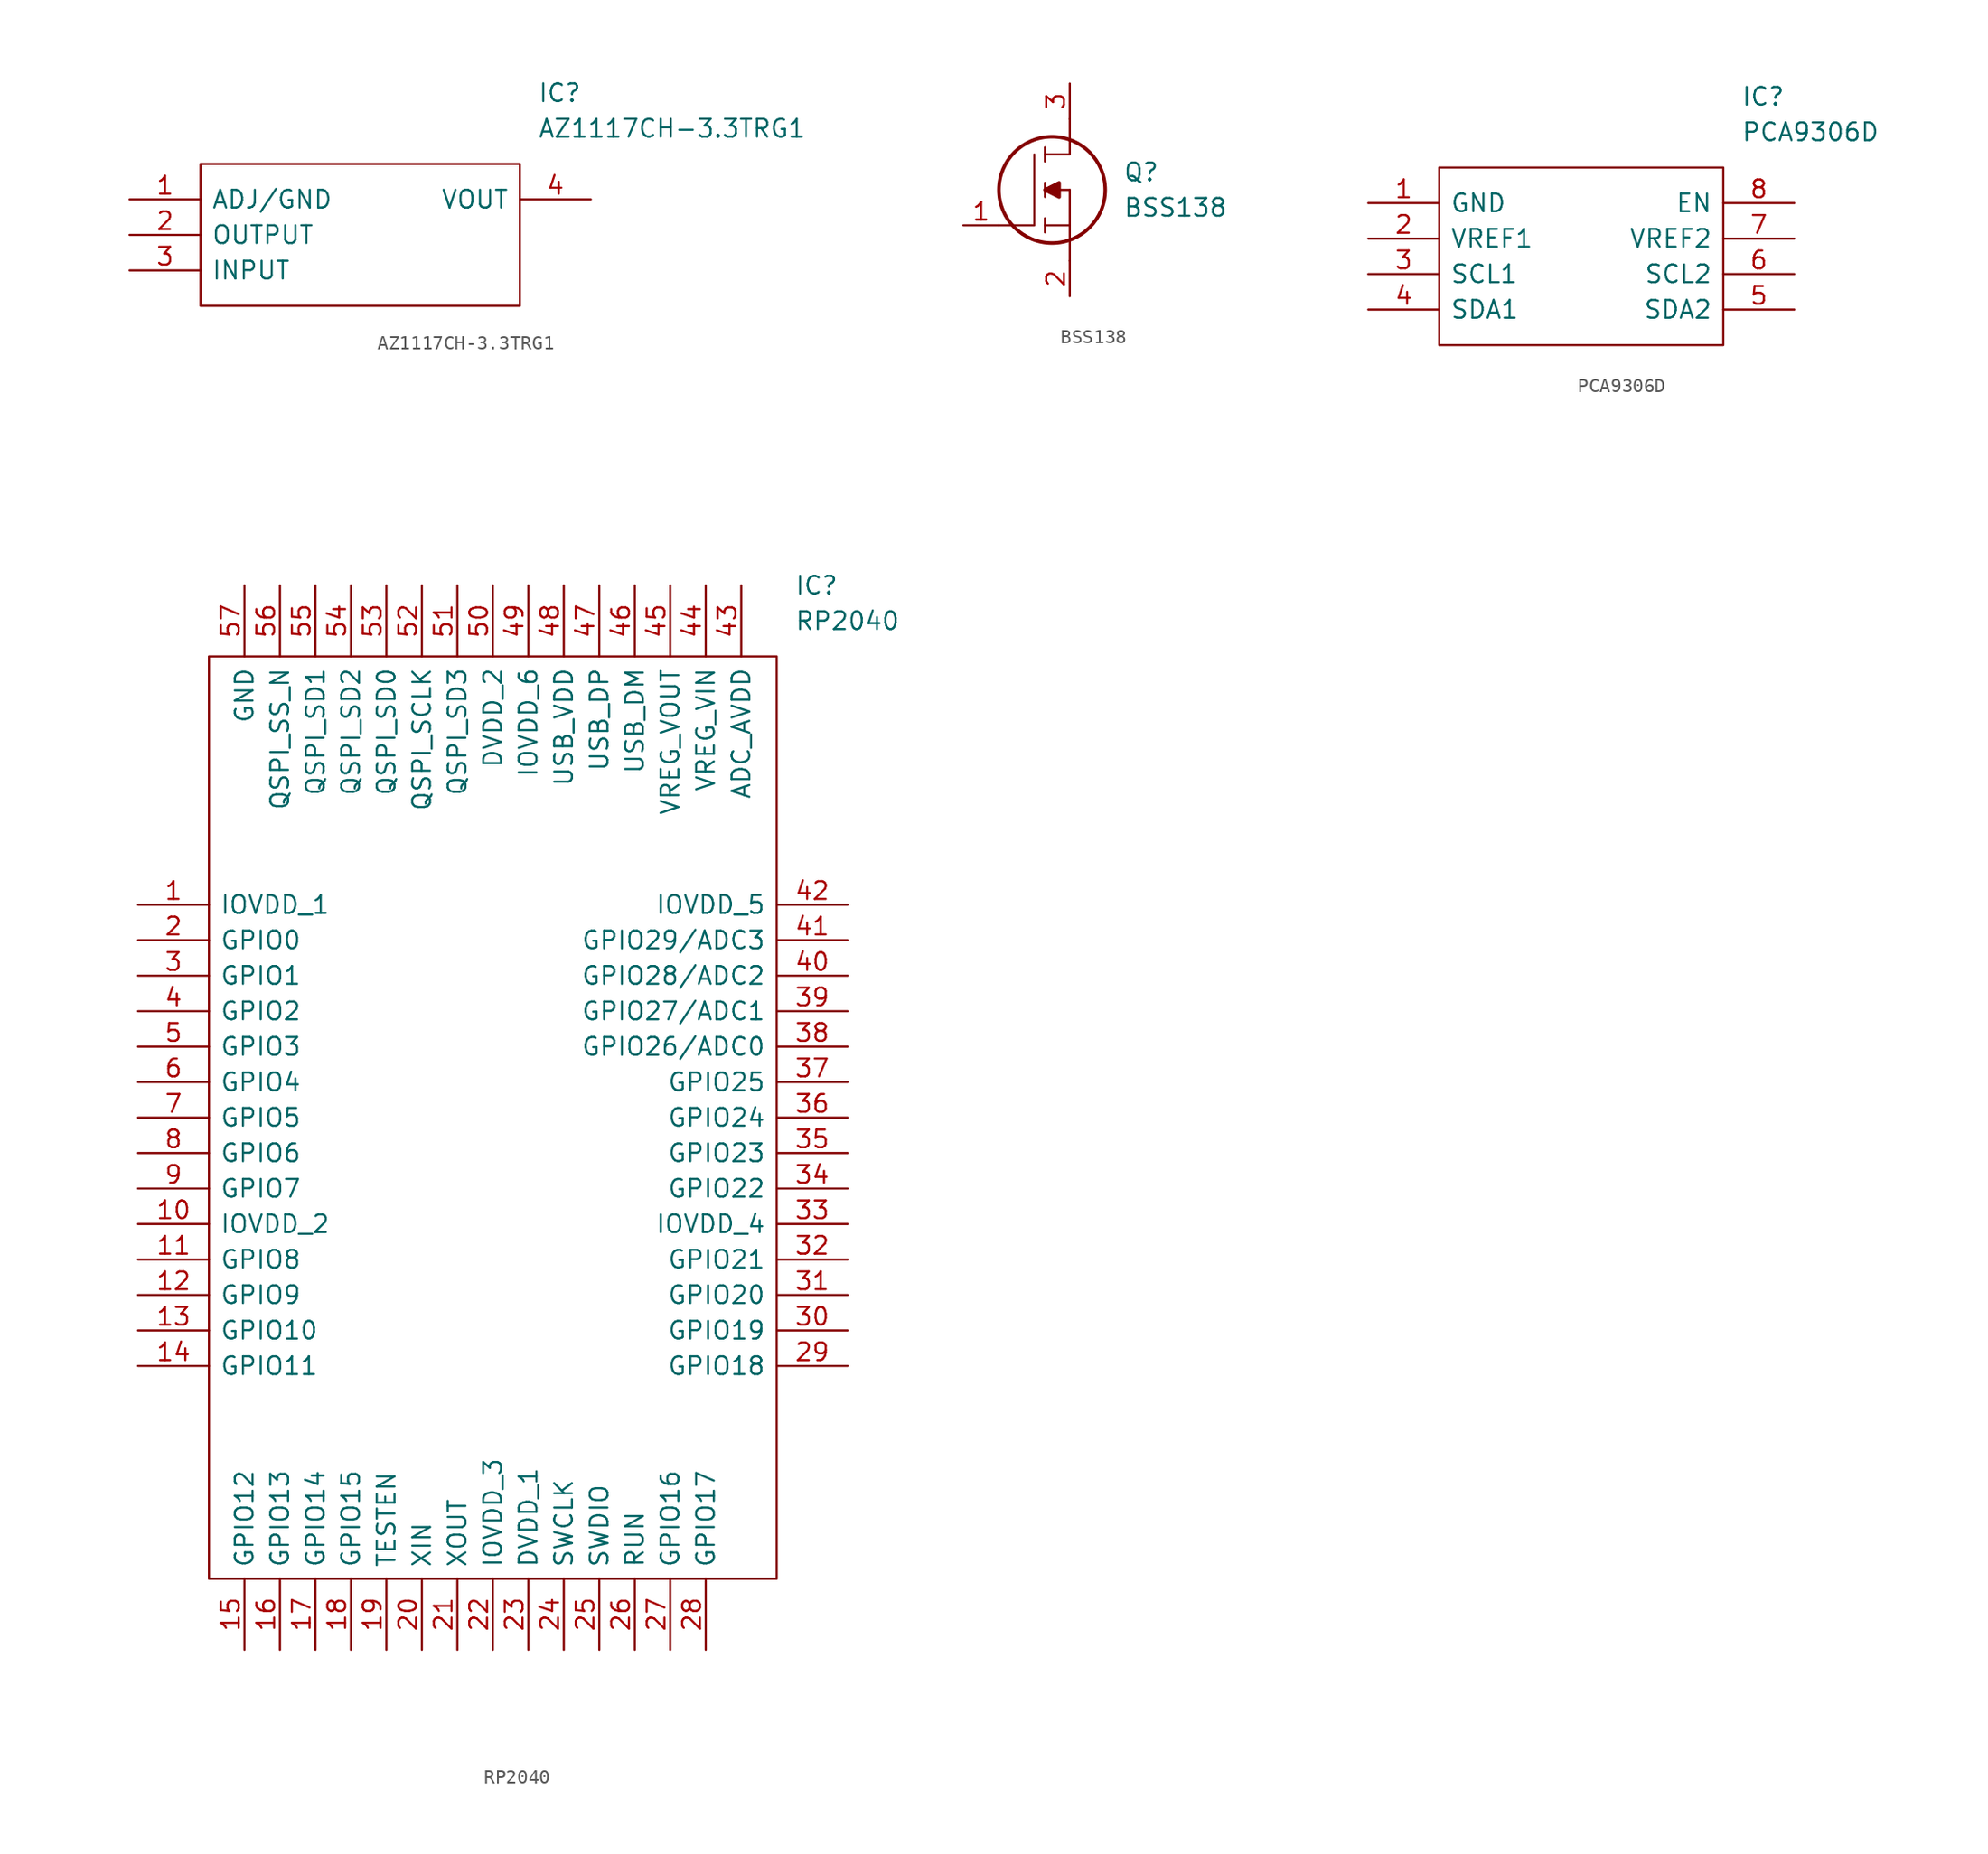
<source format=kicad_sym>
(kicad_symbol_lib
  (version 20211014)
  (generator kicad_symbol_editor)
  (symbol "AZ1117CH-3.3TRG1"
    (pin_names
      (offset 0.762))
    (property "Reference" "IC"
      (at 29.21 7.62 0)
      (effects (font (size 1.27 1.27)) (justify left)))
    (property "Value" "AZ1117CH-3.3TRG1"
      (at 29.21 5.08 0)
      (effects (font (size 1.27 1.27)) (justify left)))
    (symbol "AZ1117CH-3.3TRG1_0_0"
      (pin passive line (at 0 0 0) (length 5.08) (name "ADJ/GND" (effects (font (size 1.27 1.27)))) (number "1" (effects (font (size 1.27 1.27)))))
      (pin passive line (at 0 -2.54 0) (length 5.08) (name "OUTPUT" (effects (font (size 1.27 1.27)))) (number "2" (effects (font (size 1.27 1.27)))))
      (pin passive line (at 0 -5.08 0) (length 5.08) (name "INPUT" (effects (font (size 1.27 1.27)))) (number "3" (effects (font (size 1.27 1.27)))))
      (pin passive line (at 33.02 0 180) (length 5.08) (name "VOUT" (effects (font (size 1.27 1.27)))) (number "4" (effects (font (size 1.27 1.27))))))
    (symbol "AZ1117CH-3.3TRG1_0_1"
      (polyline (pts (xy 5.08 2.54) (xy 27.94 2.54) (xy 27.94 -7.62) (xy 5.08 -7.62) (xy 5.08 2.54)) (stroke (width 0.152) (type default) (color 0 0 0 0)) (fill (type none)))))
  (symbol "BSS138"
    (pin_names
      (offset 0.762))
    (property "Reference" "Q"
      (at 11.43 3.81 0)
      (effects (font (size 1.27 1.27)) (justify left)))
    (property "Value" "BSS138"
      (at 11.43 1.27 0)
      (effects (font (size 1.27 1.27)) (justify left)))
    (symbol "BSS138_0_0"
      (pin passive line (at 0 0 0) (length 2.54) (name "~" (effects (font (size 1.27 1.27)))) (number "1" (effects (font (size 1.27 1.27)))))
      (pin passive line (at 7.62 -5.08 90) (length 2.54) (name "~" (effects (font (size 1.27 1.27)))) (number "2" (effects (font (size 1.27 1.27)))))
      (pin passive line (at 7.62 10.16 270) (length 2.54) (name "~" (effects (font (size 1.27 1.27)))) (number "3" (effects (font (size 1.27 1.27))))))
    (symbol "BSS138_0_1"
      (polyline (pts (xy 5.842 -0.508) (xy 5.842 0.508)) (stroke (width 0.152) (type default) (color 0 0 0 0)) (fill (type none)))
      (polyline (pts (xy 5.842 0) (xy 7.62 0)) (stroke (width 0.152) (type default) (color 0 0 0 0)) (fill (type none)))
      (polyline (pts (xy 5.842 2.032) (xy 5.842 3.048)) (stroke (width 0.152) (type default) (color 0 0 0 0)) (fill (type none)))
      (polyline (pts (xy 5.842 5.588) (xy 5.842 4.572)) (stroke (width 0.152) (type default) (color 0 0 0 0)) (fill (type none)))
      (polyline (pts (xy 7.62 2.54) (xy 5.842 2.54)) (stroke (width 0.152) (type default) (color 0 0 0 0)) (fill (type none)))
      (polyline (pts (xy 7.62 2.54) (xy 7.62 -2.54)) (stroke (width 0.152) (type default) (color 0 0 0 0)) (fill (type none)))
      (polyline (pts (xy 7.62 5.08) (xy 5.842 5.08)) (stroke (width 0.152) (type default) (color 0 0 0 0)) (fill (type none)))
      (polyline (pts (xy 7.62 5.08) (xy 7.62 7.62)) (stroke (width 0.152) (type default) (color 0 0 0 0)) (fill (type none)))
      (polyline (pts (xy 2.54 0) (xy 5.08 0) (xy 5.08 5.08)) (stroke (width 0.152) (type default) (color 0 0 0 0)) (fill (type none)))
      (polyline (pts (xy 5.842 2.54) (xy 6.858 3.048) (xy 6.858 2.032) (xy 5.842 2.54)) (stroke (width 0.254) (type default) (color 0 0 0 0)) (fill (type outline)))
      (circle (center 6.35 2.54) (radius 3.81) (stroke (width 0.254) (type default) (color 0 0 0 0)) (fill (type none)))))
  (symbol "PCA9306D"
    (pin_names
      (offset 0.762))
    (property "Reference" "IC"
      (at 26.67 7.62 0)
      (effects (font (size 1.27 1.27)) (justify left)))
    (property "Value" "PCA9306D"
      (at 26.67 5.08 0)
      (effects (font (size 1.27 1.27)) (justify left)))
    (symbol "PCA9306D_0_0"
      (pin passive line (at 0 0 0) (length 5.08) (name "GND" (effects (font (size 1.27 1.27)))) (number "1" (effects (font (size 1.27 1.27)))))
      (pin passive line (at 0 -2.54 0) (length 5.08) (name "VREF1" (effects (font (size 1.27 1.27)))) (number "2" (effects (font (size 1.27 1.27)))))
      (pin passive line (at 0 -5.08 0) (length 5.08) (name "SCL1" (effects (font (size 1.27 1.27)))) (number "3" (effects (font (size 1.27 1.27)))))
      (pin passive line (at 0 -7.62 0) (length 5.08) (name "SDA1" (effects (font (size 1.27 1.27)))) (number "4" (effects (font (size 1.27 1.27)))))
      (pin passive line (at 30.48 -7.62 180) (length 5.08) (name "SDA2" (effects (font (size 1.27 1.27)))) (number "5" (effects (font (size 1.27 1.27)))))
      (pin passive line (at 30.48 -5.08 180) (length 5.08) (name "SCL2" (effects (font (size 1.27 1.27)))) (number "6" (effects (font (size 1.27 1.27)))))
      (pin passive line (at 30.48 -2.54 180) (length 5.08) (name "VREF2" (effects (font (size 1.27 1.27)))) (number "7" (effects (font (size 1.27 1.27)))))
      (pin passive line (at 30.48 0 180) (length 5.08) (name "EN" (effects (font (size 1.27 1.27)))) (number "8" (effects (font (size 1.27 1.27))))))
    (symbol "PCA9306D_0_1"
      (polyline (pts (xy 5.08 2.54) (xy 25.4 2.54) (xy 25.4 -10.16) (xy 5.08 -10.16) (xy 5.08 2.54)) (stroke (width 0.152) (type default) (color 0 0 0 0)) (fill (type none)))))
  (symbol "RP2040"
    (pin_names
      (offset 0.762))
    (property "Reference" "IC"
      (at 46.99 22.86 0)
      (effects (font (size 1.27 1.27)) (justify left)))
    (property "Value" "RP2040"
      (at 46.99 20.32 0)
      (effects (font (size 1.27 1.27)) (justify left)))
    (symbol "RP2040_0_0"
      (pin passive line (at 0 0 0) (length 5.08) (name "IOVDD_1" (effects (font (size 1.27 1.27)))) (number "1" (effects (font (size 1.27 1.27)))))
      (pin passive line (at 0 -22.86 0) (length 5.08) (name "IOVDD_2" (effects (font (size 1.27 1.27)))) (number "10" (effects (font (size 1.27 1.27)))))
      (pin passive line (at 0 -25.4 0) (length 5.08) (name "GPIO8" (effects (font (size 1.27 1.27)))) (number "11" (effects (font (size 1.27 1.27)))))
      (pin passive line (at 0 -27.94 0) (length 5.08) (name "GPIO9" (effects (font (size 1.27 1.27)))) (number "12" (effects (font (size 1.27 1.27)))))
      (pin passive line (at 0 -30.48 0) (length 5.08) (name "GPIO10" (effects (font (size 1.27 1.27)))) (number "13" (effects (font (size 1.27 1.27)))))
      (pin passive line (at 0 -33.02 0) (length 5.08) (name "GPIO11" (effects (font (size 1.27 1.27)))) (number "14" (effects (font (size 1.27 1.27)))))
      (pin passive line (at 7.62 -53.34 90) (length 5.08) (name "GPIO12" (effects (font (size 1.27 1.27)))) (number "15" (effects (font (size 1.27 1.27)))))
      (pin passive line (at 10.16 -53.34 90) (length 5.08) (name "GPIO13" (effects (font (size 1.27 1.27)))) (number "16" (effects (font (size 1.27 1.27)))))
      (pin passive line (at 12.7 -53.34 90) (length 5.08) (name "GPIO14" (effects (font (size 1.27 1.27)))) (number "17" (effects (font (size 1.27 1.27)))))
      (pin passive line (at 15.24 -53.34 90) (length 5.08) (name "GPIO15" (effects (font (size 1.27 1.27)))) (number "18" (effects (font (size 1.27 1.27)))))
      (pin passive line (at 17.78 -53.34 90) (length 5.08) (name "TESTEN" (effects (font (size 1.27 1.27)))) (number "19" (effects (font (size 1.27 1.27)))))
      (pin passive line (at 0 -2.54 0) (length 5.08) (name "GPIO0" (effects (font (size 1.27 1.27)))) (number "2" (effects (font (size 1.27 1.27)))))
      (pin passive line (at 20.32 -53.34 90) (length 5.08) (name "XIN" (effects (font (size 1.27 1.27)))) (number "20" (effects (font (size 1.27 1.27)))))
      (pin passive line (at 22.86 -53.34 90) (length 5.08) (name "XOUT" (effects (font (size 1.27 1.27)))) (number "21" (effects (font (size 1.27 1.27)))))
      (pin passive line (at 25.4 -53.34 90) (length 5.08) (name "IOVDD_3" (effects (font (size 1.27 1.27)))) (number "22" (effects (font (size 1.27 1.27)))))
      (pin passive line (at 27.94 -53.34 90) (length 5.08) (name "DVDD_1" (effects (font (size 1.27 1.27)))) (number "23" (effects (font (size 1.27 1.27)))))
      (pin passive line (at 30.48 -53.34 90) (length 5.08) (name "SWCLK" (effects (font (size 1.27 1.27)))) (number "24" (effects (font (size 1.27 1.27)))))
      (pin passive line (at 33.02 -53.34 90) (length 5.08) (name "SWDIO" (effects (font (size 1.27 1.27)))) (number "25" (effects (font (size 1.27 1.27)))))
      (pin passive line (at 35.56 -53.34 90) (length 5.08) (name "RUN" (effects (font (size 1.27 1.27)))) (number "26" (effects (font (size 1.27 1.27)))))
      (pin passive line (at 38.1 -53.34 90) (length 5.08) (name "GPIO16" (effects (font (size 1.27 1.27)))) (number "27" (effects (font (size 1.27 1.27)))))
      (pin passive line (at 40.64 -53.34 90) (length 5.08) (name "GPIO17" (effects (font (size 1.27 1.27)))) (number "28" (effects (font (size 1.27 1.27)))))
      (pin passive line (at 50.8 -33.02 180) (length 5.08) (name "GPIO18" (effects (font (size 1.27 1.27)))) (number "29" (effects (font (size 1.27 1.27)))))
      (pin passive line (at 0 -5.08 0) (length 5.08) (name "GPIO1" (effects (font (size 1.27 1.27)))) (number "3" (effects (font (size 1.27 1.27)))))
      (pin passive line (at 50.8 -30.48 180) (length 5.08) (name "GPIO19" (effects (font (size 1.27 1.27)))) (number "30" (effects (font (size 1.27 1.27)))))
      (pin passive line (at 50.8 -27.94 180) (length 5.08) (name "GPIO20" (effects (font (size 1.27 1.27)))) (number "31" (effects (font (size 1.27 1.27)))))
      (pin passive line (at 50.8 -25.4 180) (length 5.08) (name "GPIO21" (effects (font (size 1.27 1.27)))) (number "32" (effects (font (size 1.27 1.27)))))
      (pin passive line (at 50.8 -22.86 180) (length 5.08) (name "IOVDD_4" (effects (font (size 1.27 1.27)))) (number "33" (effects (font (size 1.27 1.27)))))
      (pin passive line (at 50.8 -20.32 180) (length 5.08) (name "GPIO22" (effects (font (size 1.27 1.27)))) (number "34" (effects (font (size 1.27 1.27)))))
      (pin passive line (at 50.8 -17.78 180) (length 5.08) (name "GPIO23" (effects (font (size 1.27 1.27)))) (number "35" (effects (font (size 1.27 1.27)))))
      (pin passive line (at 50.8 -15.24 180) (length 5.08) (name "GPIO24" (effects (font (size 1.27 1.27)))) (number "36" (effects (font (size 1.27 1.27)))))
      (pin passive line (at 50.8 -12.7 180) (length 5.08) (name "GPIO25" (effects (font (size 1.27 1.27)))) (number "37" (effects (font (size 1.27 1.27)))))
      (pin passive line (at 50.8 -10.16 180) (length 5.08) (name "GPIO26/ADC0" (effects (font (size 1.27 1.27)))) (number "38" (effects (font (size 1.27 1.27)))))
      (pin passive line (at 50.8 -7.62 180) (length 5.08) (name "GPIO27/ADC1" (effects (font (size 1.27 1.27)))) (number "39" (effects (font (size 1.27 1.27)))))
      (pin passive line (at 0 -7.62 0) (length 5.08) (name "GPIO2" (effects (font (size 1.27 1.27)))) (number "4" (effects (font (size 1.27 1.27)))))
      (pin passive line (at 50.8 -5.08 180) (length 5.08) (name "GPIO28/ADC2" (effects (font (size 1.27 1.27)))) (number "40" (effects (font (size 1.27 1.27)))))
      (pin passive line (at 50.8 -2.54 180) (length 5.08) (name "GPIO29/ADC3" (effects (font (size 1.27 1.27)))) (number "41" (effects (font (size 1.27 1.27)))))
      (pin passive line (at 50.8 0 180) (length 5.08) (name "IOVDD_5" (effects (font (size 1.27 1.27)))) (number "42" (effects (font (size 1.27 1.27)))))
      (pin passive line (at 43.18 22.86 270) (length 5.08) (name "ADC_AVDD" (effects (font (size 1.27 1.27)))) (number "43" (effects (font (size 1.27 1.27)))))
      (pin passive line (at 40.64 22.86 270) (length 5.08) (name "VREG_VIN" (effects (font (size 1.27 1.27)))) (number "44" (effects (font (size 1.27 1.27)))))
      (pin passive line (at 38.1 22.86 270) (length 5.08) (name "VREG_VOUT" (effects (font (size 1.27 1.27)))) (number "45" (effects (font (size 1.27 1.27)))))
      (pin passive line (at 35.56 22.86 270) (length 5.08) (name "USB_DM" (effects (font (size 1.27 1.27)))) (number "46" (effects (font (size 1.27 1.27)))))
      (pin passive line (at 33.02 22.86 270) (length 5.08) (name "USB_DP" (effects (font (size 1.27 1.27)))) (number "47" (effects (font (size 1.27 1.27)))))
      (pin passive line (at 30.48 22.86 270) (length 5.08) (name "USB_VDD" (effects (font (size 1.27 1.27)))) (number "48" (effects (font (size 1.27 1.27)))))
      (pin passive line (at 27.94 22.86 270) (length 5.08) (name "IOVDD_6" (effects (font (size 1.27 1.27)))) (number "49" (effects (font (size 1.27 1.27)))))
      (pin passive line (at 0 -10.16 0) (length 5.08) (name "GPIO3" (effects (font (size 1.27 1.27)))) (number "5" (effects (font (size 1.27 1.27)))))
      (pin passive line (at 25.4 22.86 270) (length 5.08) (name "DVDD_2" (effects (font (size 1.27 1.27)))) (number "50" (effects (font (size 1.27 1.27)))))
      (pin passive line (at 22.86 22.86 270) (length 5.08) (name "QSPI_SD3" (effects (font (size 1.27 1.27)))) (number "51" (effects (font (size 1.27 1.27)))))
      (pin passive line (at 20.32 22.86 270) (length 5.08) (name "QSPI_SCLK" (effects (font (size 1.27 1.27)))) (number "52" (effects (font (size 1.27 1.27)))))
      (pin passive line (at 17.78 22.86 270) (length 5.08) (name "QSPI_SD0" (effects (font (size 1.27 1.27)))) (number "53" (effects (font (size 1.27 1.27)))))
      (pin passive line (at 15.24 22.86 270) (length 5.08) (name "QSPI_SD2" (effects (font (size 1.27 1.27)))) (number "54" (effects (font (size 1.27 1.27)))))
      (pin passive line (at 12.7 22.86 270) (length 5.08) (name "QSPI_SD1" (effects (font (size 1.27 1.27)))) (number "55" (effects (font (size 1.27 1.27)))))
      (pin passive line (at 10.16 22.86 270) (length 5.08) (name "QSPI_SS_N" (effects (font (size 1.27 1.27)))) (number "56" (effects (font (size 1.27 1.27)))))
      (pin passive line (at 7.62 22.86 270) (length 5.08) (name "GND" (effects (font (size 1.27 1.27)))) (number "57" (effects (font (size 1.27 1.27)))))
      (pin passive line (at 0 -12.7 0) (length 5.08) (name "GPIO4" (effects (font (size 1.27 1.27)))) (number "6" (effects (font (size 1.27 1.27)))))
      (pin passive line (at 0 -15.24 0) (length 5.08) (name "GPIO5" (effects (font (size 1.27 1.27)))) (number "7" (effects (font (size 1.27 1.27)))))
      (pin passive line (at 0 -17.78 0) (length 5.08) (name "GPIO6" (effects (font (size 1.27 1.27)))) (number "8" (effects (font (size 1.27 1.27)))))
      (pin passive line (at 0 -20.32 0) (length 5.08) (name "GPIO7" (effects (font (size 1.27 1.27)))) (number "9" (effects (font (size 1.27 1.27))))))
    (symbol "RP2040_0_1"
      (polyline (pts (xy 5.08 17.78) (xy 45.72 17.78) (xy 45.72 -48.26) (xy 5.08 -48.26) (xy 5.08 17.78)) (stroke (width 0.152) (type default) (color 0 0 0 0)) (fill (type none))))))
</source>
